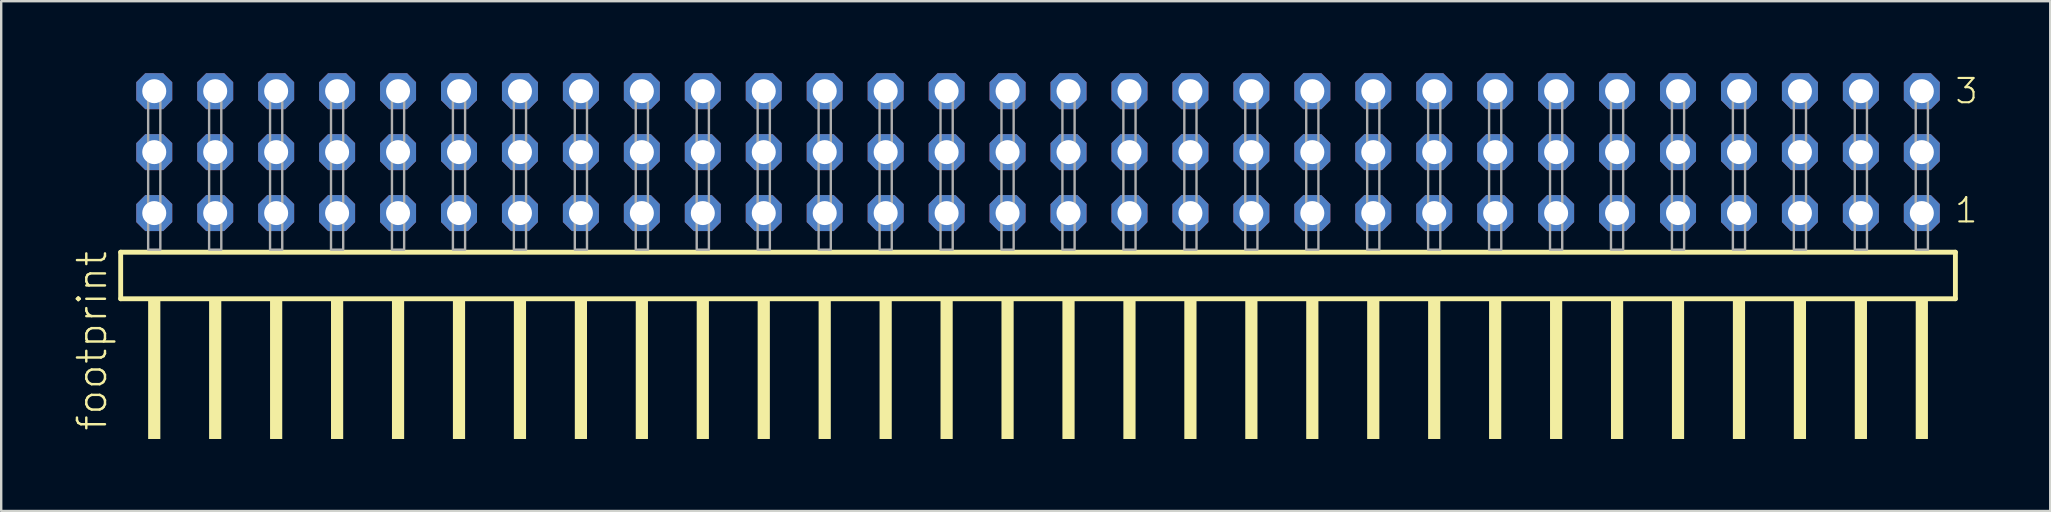
<source format=kicad_pcb>
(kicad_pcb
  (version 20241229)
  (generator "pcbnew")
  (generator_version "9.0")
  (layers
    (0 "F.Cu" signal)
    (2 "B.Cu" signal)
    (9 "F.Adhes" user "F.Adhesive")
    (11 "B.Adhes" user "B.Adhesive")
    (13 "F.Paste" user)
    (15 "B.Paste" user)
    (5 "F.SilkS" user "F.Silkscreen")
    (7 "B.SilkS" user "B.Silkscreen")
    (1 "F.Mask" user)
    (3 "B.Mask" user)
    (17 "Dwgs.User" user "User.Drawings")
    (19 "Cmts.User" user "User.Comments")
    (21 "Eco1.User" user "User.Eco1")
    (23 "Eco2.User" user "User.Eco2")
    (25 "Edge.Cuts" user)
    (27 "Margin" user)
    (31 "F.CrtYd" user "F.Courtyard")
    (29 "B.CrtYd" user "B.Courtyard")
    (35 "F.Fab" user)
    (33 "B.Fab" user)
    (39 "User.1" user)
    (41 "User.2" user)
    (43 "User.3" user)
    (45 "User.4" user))
  (footprint "footprint"
    (layer "F.Cu")
    (at 40.208 7.354)
    (property "Reference" "footprint" (at -38.735 7.62 90) (layer "F.SilkS") (effects (font (size 1.168 1.168) (thickness 0.102)) (justify left bottom)))
    (fp_line (start -38.229 0.106) (end -38.229 2.046) (stroke (width 0.203) (type solid)) (layer "F.SilkS"))
    (fp_line (start -38.229 2.046) (end 38.229 2.046) (stroke (width 0.203) (type solid)) (layer "F.SilkS"))
    (fp_line (start 38.229 0.106) (end -38.229 0.106) (stroke (width 0.203) (type solid)) (layer "F.SilkS"))
    (fp_line (start 38.229 2.046) (end 38.229 0.106) (stroke (width 0.203) (type solid)) (layer "F.SilkS"))
    (fp_poly (pts (xy -37.084 7.89) (xy -36.576 7.89) (xy -36.576 2.04) (xy -37.084 2.04)) (stroke (width 0) (type solid)) (fill yes) (layer "F.SilkS"))
    (fp_poly (pts (xy -34.544 7.89) (xy -34.036 7.89) (xy -34.036 2.04) (xy -34.544 2.04)) (stroke (width 0) (type solid)) (fill yes) (layer "F.SilkS"))
    (fp_poly (pts (xy -32.004 7.89) (xy -31.496 7.89) (xy -31.496 2.04) (xy -32.004 2.04)) (stroke (width 0) (type solid)) (fill yes) (layer "F.SilkS"))
    (fp_poly (pts (xy -29.464 7.89) (xy -28.956 7.89) (xy -28.956 2.04) (xy -29.464 2.04)) (stroke (width 0) (type solid)) (fill yes) (layer "F.SilkS"))
    (fp_poly (pts (xy -26.924 7.89) (xy -26.416 7.89) (xy -26.416 2.04) (xy -26.924 2.04)) (stroke (width 0) (type solid)) (fill yes) (layer "F.SilkS"))
    (fp_poly (pts (xy -24.384 7.89) (xy -23.876 7.89) (xy -23.876 2.04) (xy -24.384 2.04)) (stroke (width 0) (type solid)) (fill yes) (layer "F.SilkS"))
    (fp_poly (pts (xy -21.844 7.89) (xy -21.336 7.89) (xy -21.336 2.04) (xy -21.844 2.04)) (stroke (width 0) (type solid)) (fill yes) (layer "F.SilkS"))
    (fp_poly (pts (xy -19.304 7.89) (xy -18.796 7.89) (xy -18.796 2.04) (xy -19.304 2.04)) (stroke (width 0) (type solid)) (fill yes) (layer "F.SilkS"))
    (fp_poly (pts (xy -16.764 7.89) (xy -16.256 7.89) (xy -16.256 2.04) (xy -16.764 2.04)) (stroke (width 0) (type solid)) (fill yes) (layer "F.SilkS"))
    (fp_poly (pts (xy -14.224 7.89) (xy -13.716 7.89) (xy -13.716 2.04) (xy -14.224 2.04)) (stroke (width 0) (type solid)) (fill yes) (layer "F.SilkS"))
    (fp_poly (pts (xy -11.684 7.89) (xy -11.176 7.89) (xy -11.176 2.04) (xy -11.684 2.04)) (stroke (width 0) (type solid)) (fill yes) (layer "F.SilkS"))
    (fp_poly (pts (xy -9.144 7.89) (xy -8.636 7.89) (xy -8.636 2.04) (xy -9.144 2.04)) (stroke (width 0) (type solid)) (fill yes) (layer "F.SilkS"))
    (fp_poly (pts (xy -6.604 7.89) (xy -6.096 7.89) (xy -6.096 2.04) (xy -6.604 2.04)) (stroke (width 0) (type solid)) (fill yes) (layer "F.SilkS"))
    (fp_poly (pts (xy -4.064 7.89) (xy -3.556 7.89) (xy -3.556 2.04) (xy -4.064 2.04)) (stroke (width 0) (type solid)) (fill yes) (layer "F.SilkS"))
    (fp_poly (pts (xy -1.524 7.89) (xy -1.016 7.89) (xy -1.016 2.04) (xy -1.524 2.04)) (stroke (width 0) (type solid)) (fill yes) (layer "F.SilkS"))
    (fp_poly (pts (xy 1.016 7.89) (xy 1.524 7.89) (xy 1.524 2.04) (xy 1.016 2.04)) (stroke (width 0) (type solid)) (fill yes) (layer "F.SilkS"))
    (fp_poly (pts (xy 3.556 7.89) (xy 4.064 7.89) (xy 4.064 2.04) (xy 3.556 2.04)) (stroke (width 0) (type solid)) (fill yes) (layer "F.SilkS"))
    (fp_poly (pts (xy 6.096 7.89) (xy 6.604 7.89) (xy 6.604 2.04) (xy 6.096 2.04)) (stroke (width 0) (type solid)) (fill yes) (layer "F.SilkS"))
    (fp_poly (pts (xy 8.636 7.89) (xy 9.144 7.89) (xy 9.144 2.04) (xy 8.636 2.04)) (stroke (width 0) (type solid)) (fill yes) (layer "F.SilkS"))
    (fp_poly (pts (xy 11.176 7.89) (xy 11.684 7.89) (xy 11.684 2.04) (xy 11.176 2.04)) (stroke (width 0) (type solid)) (fill yes) (layer "F.SilkS"))
    (fp_poly (pts (xy 13.716 7.89) (xy 14.224 7.89) (xy 14.224 2.04) (xy 13.716 2.04)) (stroke (width 0) (type solid)) (fill yes) (layer "F.SilkS"))
    (fp_poly (pts (xy 16.256 7.89) (xy 16.764 7.89) (xy 16.764 2.04) (xy 16.256 2.04)) (stroke (width 0) (type solid)) (fill yes) (layer "F.SilkS"))
    (fp_poly (pts (xy 18.796 7.89) (xy 19.304 7.89) (xy 19.304 2.04) (xy 18.796 2.04)) (stroke (width 0) (type solid)) (fill yes) (layer "F.SilkS"))
    (fp_poly (pts (xy 21.336 7.89) (xy 21.844 7.89) (xy 21.844 2.04) (xy 21.336 2.04)) (stroke (width 0) (type solid)) (fill yes) (layer "F.SilkS"))
    (fp_poly (pts (xy 23.876 7.89) (xy 24.384 7.89) (xy 24.384 2.04) (xy 23.876 2.04)) (stroke (width 0) (type solid)) (fill yes) (layer "F.SilkS"))
    (fp_poly (pts (xy 26.416 7.89) (xy 26.924 7.89) (xy 26.924 2.04) (xy 26.416 2.04)) (stroke (width 0) (type solid)) (fill yes) (layer "F.SilkS"))
    (fp_poly (pts (xy 28.956 7.89) (xy 29.464 7.89) (xy 29.464 2.04) (xy 28.956 2.04)) (stroke (width 0) (type solid)) (fill yes) (layer "F.SilkS"))
    (fp_poly (pts (xy 31.496 7.89) (xy 32.004 7.89) (xy 32.004 2.04) (xy 31.496 2.04)) (stroke (width 0) (type solid)) (fill yes) (layer "F.SilkS"))
    (fp_poly (pts (xy 34.036 7.89) (xy 34.544 7.89) (xy 34.544 2.04) (xy 34.036 2.04)) (stroke (width 0) (type solid)) (fill yes) (layer "F.SilkS"))
    (fp_poly (pts (xy 36.576 7.89) (xy 37.084 7.89) (xy 37.084 2.04) (xy 36.576 2.04)) (stroke (width 0) (type solid)) (fill yes) (layer "F.SilkS"))
    (fp_poly (pts (xy -37.084 0) (xy -36.576 0) (xy -36.576 -6.858) (xy -37.084 -6.858)) (stroke (width 0.1) (type solid)) (fill no) (layer "F.Fab"))
    (fp_poly (pts (xy -34.544 0) (xy -34.036 0) (xy -34.036 -6.858) (xy -34.544 -6.858)) (stroke (width 0.1) (type solid)) (fill no) (layer "F.Fab"))
    (fp_poly (pts (xy -32.004 0) (xy -31.496 0) (xy -31.496 -6.858) (xy -32.004 -6.858)) (stroke (width 0.1) (type solid)) (fill no) (layer "F.Fab"))
    (fp_poly (pts (xy -29.464 0) (xy -28.956 0) (xy -28.956 -6.858) (xy -29.464 -6.858)) (stroke (width 0.1) (type solid)) (fill no) (layer "F.Fab"))
    (fp_poly (pts (xy -26.924 0) (xy -26.416 0) (xy -26.416 -6.858) (xy -26.924 -6.858)) (stroke (width 0.1) (type solid)) (fill no) (layer "F.Fab"))
    (fp_poly (pts (xy -24.384 0) (xy -23.876 0) (xy -23.876 -6.858) (xy -24.384 -6.858)) (stroke (width 0.1) (type solid)) (fill no) (layer "F.Fab"))
    (fp_poly (pts (xy -21.844 0) (xy -21.336 0) (xy -21.336 -6.858) (xy -21.844 -6.858)) (stroke (width 0.1) (type solid)) (fill no) (layer "F.Fab"))
    (fp_poly (pts (xy -19.304 0) (xy -18.796 0) (xy -18.796 -6.858) (xy -19.304 -6.858)) (stroke (width 0.1) (type solid)) (fill no) (layer "F.Fab"))
    (fp_poly (pts (xy -16.764 0) (xy -16.256 0) (xy -16.256 -6.858) (xy -16.764 -6.858)) (stroke (width 0.1) (type solid)) (fill no) (layer "F.Fab"))
    (fp_poly (pts (xy -14.224 0) (xy -13.716 0) (xy -13.716 -6.858) (xy -14.224 -6.858)) (stroke (width 0.1) (type solid)) (fill no) (layer "F.Fab"))
    (fp_poly (pts (xy -11.684 0) (xy -11.176 0) (xy -11.176 -6.858) (xy -11.684 -6.858)) (stroke (width 0.1) (type solid)) (fill no) (layer "F.Fab"))
    (fp_poly (pts (xy -9.144 0) (xy -8.636 0) (xy -8.636 -6.858) (xy -9.144 -6.858)) (stroke (width 0.1) (type solid)) (fill no) (layer "F.Fab"))
    (fp_poly (pts (xy -6.604 0) (xy -6.096 0) (xy -6.096 -6.858) (xy -6.604 -6.858)) (stroke (width 0.1) (type solid)) (fill no) (layer "F.Fab"))
    (fp_poly (pts (xy -4.064 0) (xy -3.556 0) (xy -3.556 -6.858) (xy -4.064 -6.858)) (stroke (width 0.1) (type solid)) (fill no) (layer "F.Fab"))
    (fp_poly (pts (xy -1.524 0) (xy -1.016 0) (xy -1.016 -6.858) (xy -1.524 -6.858)) (stroke (width 0.1) (type solid)) (fill no) (layer "F.Fab"))
    (fp_poly (pts (xy 1.016 0) (xy 1.524 0) (xy 1.524 -6.858) (xy 1.016 -6.858)) (stroke (width 0.1) (type solid)) (fill no) (layer "F.Fab"))
    (fp_poly (pts (xy 3.556 0) (xy 4.064 0) (xy 4.064 -6.858) (xy 3.556 -6.858)) (stroke (width 0.1) (type solid)) (fill no) (layer "F.Fab"))
    (fp_poly (pts (xy 6.096 0) (xy 6.604 0) (xy 6.604 -6.858) (xy 6.096 -6.858)) (stroke (width 0.1) (type solid)) (fill no) (layer "F.Fab"))
    (fp_poly (pts (xy 8.636 0) (xy 9.144 0) (xy 9.144 -6.858) (xy 8.636 -6.858)) (stroke (width 0.1) (type solid)) (fill no) (layer "F.Fab"))
    (fp_poly (pts (xy 11.176 0) (xy 11.684 0) (xy 11.684 -6.858) (xy 11.176 -6.858)) (stroke (width 0.1) (type solid)) (fill no) (layer "F.Fab"))
    (fp_poly (pts (xy 13.716 0) (xy 14.224 0) (xy 14.224 -6.858) (xy 13.716 -6.858)) (stroke (width 0.1) (type solid)) (fill no) (layer "F.Fab"))
    (fp_poly (pts (xy 16.256 0) (xy 16.764 0) (xy 16.764 -6.858) (xy 16.256 -6.858)) (stroke (width 0.1) (type solid)) (fill no) (layer "F.Fab"))
    (fp_poly (pts (xy 18.796 0) (xy 19.304 0) (xy 19.304 -6.858) (xy 18.796 -6.858)) (stroke (width 0.1) (type solid)) (fill no) (layer "F.Fab"))
    (fp_poly (pts (xy 21.336 0) (xy 21.844 0) (xy 21.844 -6.858) (xy 21.336 -6.858)) (stroke (width 0.1) (type solid)) (fill no) (layer "F.Fab"))
    (fp_poly (pts (xy 23.876 0) (xy 24.384 0) (xy 24.384 -6.858) (xy 23.876 -6.858)) (stroke (width 0.1) (type solid)) (fill no) (layer "F.Fab"))
    (fp_poly (pts (xy 26.416 0) (xy 26.924 0) (xy 26.924 -6.858) (xy 26.416 -6.858)) (stroke (width 0.1) (type solid)) (fill no) (layer "F.Fab"))
    (fp_poly (pts (xy 28.956 0) (xy 29.464 0) (xy 29.464 -6.858) (xy 28.956 -6.858)) (stroke (width 0.1) (type solid)) (fill no) (layer "F.Fab"))
    (fp_poly (pts (xy 31.496 0) (xy 32.004 0) (xy 32.004 -6.858) (xy 31.496 -6.858)) (stroke (width 0.1) (type solid)) (fill no) (layer "F.Fab"))
    (fp_poly (pts (xy 34.036 0) (xy 34.544 0) (xy 34.544 -6.858) (xy 34.036 -6.858)) (stroke (width 0.1) (type solid)) (fill no) (layer "F.Fab"))
    (fp_poly (pts (xy 36.576 0) (xy 37.084 0) (xy 37.084 -6.858) (xy 36.576 -6.858)) (stroke (width 0.1) (type solid)) (fill no) (layer "F.Fab"))
    (fp_text user "3" (at 38.155 -6.015 0) (layer "F.SilkS") (effects (font (size 1.012 1.012) (thickness 0.088)) (justify left bottom)))
    (fp_text user "1" (at 38.14 -1.05 0) (layer "F.SilkS") (effects (font (size 1.012 1.012) (thickness 0.088)) (justify left bottom)))
    (pad "1" thru_hole roundrect (at 36.83 -1.524 180) (size 1.5 1.5) (drill 1) (layers "*.Cu" "*.Mask") (roundrect_rratio 0.25) (chamfer_ratio 0.25) (chamfer top_left top_right bottom_left bottom_right))
    (pad "2" thru_hole roundrect (at 36.83 -4.064 180) (size 1.5 1.5) (drill 1) (layers "*.Cu" "*.Mask") (roundrect_rratio 0.25) (chamfer_ratio 0.25) (chamfer top_left top_right bottom_left bottom_right))
    (pad "3" thru_hole roundrect (at 36.83 -6.604 180) (size 1.5 1.5) (drill 1) (layers "*.Cu" "*.Mask") (roundrect_rratio 0.25) (chamfer_ratio 0.25) (chamfer top_left top_right bottom_left bottom_right))
    (pad "4" thru_hole roundrect (at 34.29 -1.524 180) (size 1.5 1.5) (drill 1) (layers "*.Cu" "*.Mask") (roundrect_rratio 0.25) (chamfer_ratio 0.25) (chamfer top_left top_right bottom_left bottom_right))
    (pad "5" thru_hole roundrect (at 34.29 -4.064 180) (size 1.5 1.5) (drill 1) (layers "*.Cu" "*.Mask") (roundrect_rratio 0.25) (chamfer_ratio 0.25) (chamfer top_left top_right bottom_left bottom_right))
    (pad "6" thru_hole roundrect (at 34.29 -6.604 180) (size 1.5 1.5) (drill 1) (layers "*.Cu" "*.Mask") (roundrect_rratio 0.25) (chamfer_ratio 0.25) (chamfer top_left top_right bottom_left bottom_right))
    (pad "7" thru_hole roundrect (at 31.75 -1.524 180) (size 1.5 1.5) (drill 1) (layers "*.Cu" "*.Mask") (roundrect_rratio 0.25) (chamfer_ratio 0.25) (chamfer top_left top_right bottom_left bottom_right))
    (pad "8" thru_hole roundrect (at 31.75 -4.064 180) (size 1.5 1.5) (drill 1) (layers "*.Cu" "*.Mask") (roundrect_rratio 0.25) (chamfer_ratio 0.25) (chamfer top_left top_right bottom_left bottom_right))
    (pad "9" thru_hole roundrect (at 31.75 -6.604 180) (size 1.5 1.5) (drill 1) (layers "*.Cu" "*.Mask") (roundrect_rratio 0.25) (chamfer_ratio 0.25) (chamfer top_left top_right bottom_left bottom_right))
    (pad "10" thru_hole roundrect (at 29.21 -1.524 180) (size 1.5 1.5) (drill 1) (layers "*.Cu" "*.Mask") (roundrect_rratio 0.25) (chamfer_ratio 0.25) (chamfer top_left top_right bottom_left bottom_right))
    (pad "11" thru_hole roundrect (at 29.21 -4.064 180) (size 1.5 1.5) (drill 1) (layers "*.Cu" "*.Mask") (roundrect_rratio 0.25) (chamfer_ratio 0.25) (chamfer top_left top_right bottom_left bottom_right))
    (pad "12" thru_hole roundrect (at 29.21 -6.604 180) (size 1.5 1.5) (drill 1) (layers "*.Cu" "*.Mask") (roundrect_rratio 0.25) (chamfer_ratio 0.25) (chamfer top_left top_right bottom_left bottom_right))
    (pad "13" thru_hole roundrect (at 26.67 -1.524 180) (size 1.5 1.5) (drill 1) (layers "*.Cu" "*.Mask") (roundrect_rratio 0.25) (chamfer_ratio 0.25) (chamfer top_left top_right bottom_left bottom_right))
    (pad "14" thru_hole roundrect (at 26.67 -4.064 180) (size 1.5 1.5) (drill 1) (layers "*.Cu" "*.Mask") (roundrect_rratio 0.25) (chamfer_ratio 0.25) (chamfer top_left top_right bottom_left bottom_right))
    (pad "15" thru_hole roundrect (at 26.67 -6.604 180) (size 1.5 1.5) (drill 1) (layers "*.Cu" "*.Mask") (roundrect_rratio 0.25) (chamfer_ratio 0.25) (chamfer top_left top_right bottom_left bottom_right))
    (pad "16" thru_hole roundrect (at 24.13 -1.524 180) (size 1.5 1.5) (drill 1) (layers "*.Cu" "*.Mask") (roundrect_rratio 0.25) (chamfer_ratio 0.25) (chamfer top_left top_right bottom_left bottom_right))
    (pad "17" thru_hole roundrect (at 24.13 -4.064 180) (size 1.5 1.5) (drill 1) (layers "*.Cu" "*.Mask") (roundrect_rratio 0.25) (chamfer_ratio 0.25) (chamfer top_left top_right bottom_left bottom_right))
    (pad "18" thru_hole roundrect (at 24.13 -6.604 180) (size 1.5 1.5) (drill 1) (layers "*.Cu" "*.Mask") (roundrect_rratio 0.25) (chamfer_ratio 0.25) (chamfer top_left top_right bottom_left bottom_right))
    (pad "19" thru_hole roundrect (at 21.59 -1.524 180) (size 1.5 1.5) (drill 1) (layers "*.Cu" "*.Mask") (roundrect_rratio 0.25) (chamfer_ratio 0.25) (chamfer top_left top_right bottom_left bottom_right))
    (pad "20" thru_hole roundrect (at 21.59 -4.064 180) (size 1.5 1.5) (drill 1) (layers "*.Cu" "*.Mask") (roundrect_rratio 0.25) (chamfer_ratio 0.25) (chamfer top_left top_right bottom_left bottom_right))
    (pad "21" thru_hole roundrect (at 21.59 -6.604 180) (size 1.5 1.5) (drill 1) (layers "*.Cu" "*.Mask") (roundrect_rratio 0.25) (chamfer_ratio 0.25) (chamfer top_left top_right bottom_left bottom_right))
    (pad "22" thru_hole roundrect (at 19.05 -1.524 180) (size 1.5 1.5) (drill 1) (layers "*.Cu" "*.Mask") (roundrect_rratio 0.25) (chamfer_ratio 0.25) (chamfer top_left top_right bottom_left bottom_right))
    (pad "23" thru_hole roundrect (at 19.05 -4.064 180) (size 1.5 1.5) (drill 1) (layers "*.Cu" "*.Mask") (roundrect_rratio 0.25) (chamfer_ratio 0.25) (chamfer top_left top_right bottom_left bottom_right))
    (pad "24" thru_hole roundrect (at 19.05 -6.604 180) (size 1.5 1.5) (drill 1) (layers "*.Cu" "*.Mask") (roundrect_rratio 0.25) (chamfer_ratio 0.25) (chamfer top_left top_right bottom_left bottom_right))
    (pad "25" thru_hole roundrect (at 16.51 -1.524 180) (size 1.5 1.5) (drill 1) (layers "*.Cu" "*.Mask") (roundrect_rratio 0.25) (chamfer_ratio 0.25) (chamfer top_left top_right bottom_left bottom_right))
    (pad "26" thru_hole roundrect (at 16.51 -4.064 180) (size 1.5 1.5) (drill 1) (layers "*.Cu" "*.Mask") (roundrect_rratio 0.25) (chamfer_ratio 0.25) (chamfer top_left top_right bottom_left bottom_right))
    (pad "27" thru_hole roundrect (at 16.51 -6.604 180) (size 1.5 1.5) (drill 1) (layers "*.Cu" "*.Mask") (roundrect_rratio 0.25) (chamfer_ratio 0.25) (chamfer top_left top_right bottom_left bottom_right))
    (pad "28" thru_hole roundrect (at 13.97 -1.524 180) (size 1.5 1.5) (drill 1) (layers "*.Cu" "*.Mask") (roundrect_rratio 0.25) (chamfer_ratio 0.25) (chamfer top_left top_right bottom_left bottom_right))
    (pad "29" thru_hole roundrect (at 13.97 -4.064 180) (size 1.5 1.5) (drill 1) (layers "*.Cu" "*.Mask") (roundrect_rratio 0.25) (chamfer_ratio 0.25) (chamfer top_left top_right bottom_left bottom_right))
    (pad "30" thru_hole roundrect (at 13.97 -6.604 180) (size 1.5 1.5) (drill 1) (layers "*.Cu" "*.Mask") (roundrect_rratio 0.25) (chamfer_ratio 0.25) (chamfer top_left top_right bottom_left bottom_right))
    (pad "31" thru_hole roundrect (at 11.43 -1.524 180) (size 1.5 1.5) (drill 1) (layers "*.Cu" "*.Mask") (roundrect_rratio 0.25) (chamfer_ratio 0.25) (chamfer top_left top_right bottom_left bottom_right))
    (pad "32" thru_hole roundrect (at 11.43 -4.064 180) (size 1.5 1.5) (drill 1) (layers "*.Cu" "*.Mask") (roundrect_rratio 0.25) (chamfer_ratio 0.25) (chamfer top_left top_right bottom_left bottom_right))
    (pad "33" thru_hole roundrect (at 11.43 -6.604 180) (size 1.5 1.5) (drill 1) (layers "*.Cu" "*.Mask") (roundrect_rratio 0.25) (chamfer_ratio 0.25) (chamfer top_left top_right bottom_left bottom_right))
    (pad "34" thru_hole roundrect (at 8.89 -1.524 180) (size 1.5 1.5) (drill 1) (layers "*.Cu" "*.Mask") (roundrect_rratio 0.25) (chamfer_ratio 0.25) (chamfer top_left top_right bottom_left bottom_right))
    (pad "35" thru_hole roundrect (at 8.89 -4.064 180) (size 1.5 1.5) (drill 1) (layers "*.Cu" "*.Mask") (roundrect_rratio 0.25) (chamfer_ratio 0.25) (chamfer top_left top_right bottom_left bottom_right))
    (pad "36" thru_hole roundrect (at 8.89 -6.604 180) (size 1.5 1.5) (drill 1) (layers "*.Cu" "*.Mask") (roundrect_rratio 0.25) (chamfer_ratio 0.25) (chamfer top_left top_right bottom_left bottom_right))
    (pad "37" thru_hole roundrect (at 6.35 -1.524 180) (size 1.5 1.5) (drill 1) (layers "*.Cu" "*.Mask") (roundrect_rratio 0.25) (chamfer_ratio 0.25) (chamfer top_left top_right bottom_left bottom_right))
    (pad "38" thru_hole roundrect (at 6.35 -4.064 180) (size 1.5 1.5) (drill 1) (layers "*.Cu" "*.Mask") (roundrect_rratio 0.25) (chamfer_ratio 0.25) (chamfer top_left top_right bottom_left bottom_right))
    (pad "39" thru_hole roundrect (at 6.35 -6.604 180) (size 1.5 1.5) (drill 1) (layers "*.Cu" "*.Mask") (roundrect_rratio 0.25) (chamfer_ratio 0.25) (chamfer top_left top_right bottom_left bottom_right))
    (pad "40" thru_hole roundrect (at 3.81 -1.524 180) (size 1.5 1.5) (drill 1) (layers "*.Cu" "*.Mask") (roundrect_rratio 0.25) (chamfer_ratio 0.25) (chamfer top_left top_right bottom_left bottom_right))
    (pad "41" thru_hole roundrect (at 3.81 -4.064 180) (size 1.5 1.5) (drill 1) (layers "*.Cu" "*.Mask") (roundrect_rratio 0.25) (chamfer_ratio 0.25) (chamfer top_left top_right bottom_left bottom_right))
    (pad "42" thru_hole roundrect (at 3.81 -6.604 180) (size 1.5 1.5) (drill 1) (layers "*.Cu" "*.Mask") (roundrect_rratio 0.25) (chamfer_ratio 0.25) (chamfer top_left top_right bottom_left bottom_right))
    (pad "43" thru_hole roundrect (at 1.27 -1.524 180) (size 1.5 1.5) (drill 1) (layers "*.Cu" "*.Mask") (roundrect_rratio 0.25) (chamfer_ratio 0.25) (chamfer top_left top_right bottom_left bottom_right))
    (pad "44" thru_hole roundrect (at 1.27 -4.064 180) (size 1.5 1.5) (drill 1) (layers "*.Cu" "*.Mask") (roundrect_rratio 0.25) (chamfer_ratio 0.25) (chamfer top_left top_right bottom_left bottom_right))
    (pad "45" thru_hole roundrect (at 1.27 -6.604 180) (size 1.5 1.5) (drill 1) (layers "*.Cu" "*.Mask") (roundrect_rratio 0.25) (chamfer_ratio 0.25) (chamfer top_left top_right bottom_left bottom_right))
    (pad "46" thru_hole roundrect (at -1.27 -1.524 180) (size 1.5 1.5) (drill 1) (layers "*.Cu" "*.Mask") (roundrect_rratio 0.25) (chamfer_ratio 0.25) (chamfer top_left top_right bottom_left bottom_right))
    (pad "47" thru_hole roundrect (at -1.27 -4.064 180) (size 1.5 1.5) (drill 1) (layers "*.Cu" "*.Mask") (roundrect_rratio 0.25) (chamfer_ratio 0.25) (chamfer top_left top_right bottom_left bottom_right))
    (pad "48" thru_hole roundrect (at -1.27 -6.604 180) (size 1.5 1.5) (drill 1) (layers "*.Cu" "*.Mask") (roundrect_rratio 0.25) (chamfer_ratio 0.25) (chamfer top_left top_right bottom_left bottom_right))
    (pad "49" thru_hole roundrect (at -3.81 -1.524 180) (size 1.5 1.5) (drill 1) (layers "*.Cu" "*.Mask") (roundrect_rratio 0.25) (chamfer_ratio 0.25) (chamfer top_left top_right bottom_left bottom_right))
    (pad "50" thru_hole roundrect (at -3.81 -4.064 180) (size 1.5 1.5) (drill 1) (layers "*.Cu" "*.Mask") (roundrect_rratio 0.25) (chamfer_ratio 0.25) (chamfer top_left top_right bottom_left bottom_right))
    (pad "51" thru_hole roundrect (at -3.81 -6.604 180) (size 1.5 1.5) (drill 1) (layers "*.Cu" "*.Mask") (roundrect_rratio 0.25) (chamfer_ratio 0.25) (chamfer top_left top_right bottom_left bottom_right))
    (pad "52" thru_hole roundrect (at -6.35 -1.524 180) (size 1.5 1.5) (drill 1) (layers "*.Cu" "*.Mask") (roundrect_rratio 0.25) (chamfer_ratio 0.25) (chamfer top_left top_right bottom_left bottom_right))
    (pad "53" thru_hole roundrect (at -6.35 -4.064 180) (size 1.5 1.5) (drill 1) (layers "*.Cu" "*.Mask") (roundrect_rratio 0.25) (chamfer_ratio 0.25) (chamfer top_left top_right bottom_left bottom_right))
    (pad "54" thru_hole roundrect (at -6.35 -6.604 180) (size 1.5 1.5) (drill 1) (layers "*.Cu" "*.Mask") (roundrect_rratio 0.25) (chamfer_ratio 0.25) (chamfer top_left top_right bottom_left bottom_right))
    (pad "55" thru_hole roundrect (at -8.89 -1.524 180) (size 1.5 1.5) (drill 1) (layers "*.Cu" "*.Mask") (roundrect_rratio 0.25) (chamfer_ratio 0.25) (chamfer top_left top_right bottom_left bottom_right))
    (pad "56" thru_hole roundrect (at -8.89 -4.064 180) (size 1.5 1.5) (drill 1) (layers "*.Cu" "*.Mask") (roundrect_rratio 0.25) (chamfer_ratio 0.25) (chamfer top_left top_right bottom_left bottom_right))
    (pad "57" thru_hole roundrect (at -8.89 -6.604 180) (size 1.5 1.5) (drill 1) (layers "*.Cu" "*.Mask") (roundrect_rratio 0.25) (chamfer_ratio 0.25) (chamfer top_left top_right bottom_left bottom_right))
    (pad "58" thru_hole roundrect (at -11.43 -1.524 180) (size 1.5 1.5) (drill 1) (layers "*.Cu" "*.Mask") (roundrect_rratio 0.25) (chamfer_ratio 0.25) (chamfer top_left top_right bottom_left bottom_right))
    (pad "59" thru_hole roundrect (at -11.43 -4.064 180) (size 1.5 1.5) (drill 1) (layers "*.Cu" "*.Mask") (roundrect_rratio 0.25) (chamfer_ratio 0.25) (chamfer top_left top_right bottom_left bottom_right))
    (pad "60" thru_hole roundrect (at -11.43 -6.604 180) (size 1.5 1.5) (drill 1) (layers "*.Cu" "*.Mask") (roundrect_rratio 0.25) (chamfer_ratio 0.25) (chamfer top_left top_right bottom_left bottom_right))
    (pad "61" thru_hole roundrect (at -13.97 -1.524 180) (size 1.5 1.5) (drill 1) (layers "*.Cu" "*.Mask") (roundrect_rratio 0.25) (chamfer_ratio 0.25) (chamfer top_left top_right bottom_left bottom_right))
    (pad "62" thru_hole roundrect (at -13.97 -4.064 180) (size 1.5 1.5) (drill 1) (layers "*.Cu" "*.Mask") (roundrect_rratio 0.25) (chamfer_ratio 0.25) (chamfer top_left top_right bottom_left bottom_right))
    (pad "63" thru_hole roundrect (at -13.97 -6.604 180) (size 1.5 1.5) (drill 1) (layers "*.Cu" "*.Mask") (roundrect_rratio 0.25) (chamfer_ratio 0.25) (chamfer top_left top_right bottom_left bottom_right))
    (pad "64" thru_hole roundrect (at -16.51 -1.524 180) (size 1.5 1.5) (drill 1) (layers "*.Cu" "*.Mask") (roundrect_rratio 0.25) (chamfer_ratio 0.25) (chamfer top_left top_right bottom_left bottom_right))
    (pad "65" thru_hole roundrect (at -16.51 -4.064 180) (size 1.5 1.5) (drill 1) (layers "*.Cu" "*.Mask") (roundrect_rratio 0.25) (chamfer_ratio 0.25) (chamfer top_left top_right bottom_left bottom_right))
    (pad "66" thru_hole roundrect (at -16.51 -6.604 180) (size 1.5 1.5) (drill 1) (layers "*.Cu" "*.Mask") (roundrect_rratio 0.25) (chamfer_ratio 0.25) (chamfer top_left top_right bottom_left bottom_right))
    (pad "67" thru_hole roundrect (at -19.05 -1.524 180) (size 1.5 1.5) (drill 1) (layers "*.Cu" "*.Mask") (roundrect_rratio 0.25) (chamfer_ratio 0.25) (chamfer top_left top_right bottom_left bottom_right))
    (pad "68" thru_hole roundrect (at -19.05 -4.064 180) (size 1.5 1.5) (drill 1) (layers "*.Cu" "*.Mask") (roundrect_rratio 0.25) (chamfer_ratio 0.25) (chamfer top_left top_right bottom_left bottom_right))
    (pad "69" thru_hole roundrect (at -19.05 -6.604 180) (size 1.5 1.5) (drill 1) (layers "*.Cu" "*.Mask") (roundrect_rratio 0.25) (chamfer_ratio 0.25) (chamfer top_left top_right bottom_left bottom_right))
    (pad "70" thru_hole roundrect (at -21.59 -1.524 180) (size 1.5 1.5) (drill 1) (layers "*.Cu" "*.Mask") (roundrect_rratio 0.25) (chamfer_ratio 0.25) (chamfer top_left top_right bottom_left bottom_right))
    (pad "71" thru_hole roundrect (at -21.59 -4.064 180) (size 1.5 1.5) (drill 1) (layers "*.Cu" "*.Mask") (roundrect_rratio 0.25) (chamfer_ratio 0.25) (chamfer top_left top_right bottom_left bottom_right))
    (pad "72" thru_hole roundrect (at -21.59 -6.604 180) (size 1.5 1.5) (drill 1) (layers "*.Cu" "*.Mask") (roundrect_rratio 0.25) (chamfer_ratio 0.25) (chamfer top_left top_right bottom_left bottom_right))
    (pad "73" thru_hole roundrect (at -24.13 -1.524 180) (size 1.5 1.5) (drill 1) (layers "*.Cu" "*.Mask") (roundrect_rratio 0.25) (chamfer_ratio 0.25) (chamfer top_left top_right bottom_left bottom_right))
    (pad "74" thru_hole roundrect (at -24.13 -4.064 180) (size 1.5 1.5) (drill 1) (layers "*.Cu" "*.Mask") (roundrect_rratio 0.25) (chamfer_ratio 0.25) (chamfer top_left top_right bottom_left bottom_right))
    (pad "75" thru_hole roundrect (at -24.13 -6.604 180) (size 1.5 1.5) (drill 1) (layers "*.Cu" "*.Mask") (roundrect_rratio 0.25) (chamfer_ratio 0.25) (chamfer top_left top_right bottom_left bottom_right))
    (pad "76" thru_hole roundrect (at -26.67 -1.524 180) (size 1.5 1.5) (drill 1) (layers "*.Cu" "*.Mask") (roundrect_rratio 0.25) (chamfer_ratio 0.25) (chamfer top_left top_right bottom_left bottom_right))
    (pad "77" thru_hole roundrect (at -26.67 -4.064 180) (size 1.5 1.5) (drill 1) (layers "*.Cu" "*.Mask") (roundrect_rratio 0.25) (chamfer_ratio 0.25) (chamfer top_left top_right bottom_left bottom_right))
    (pad "78" thru_hole roundrect (at -26.67 -6.604 180) (size 1.5 1.5) (drill 1) (layers "*.Cu" "*.Mask") (roundrect_rratio 0.25) (chamfer_ratio 0.25) (chamfer top_left top_right bottom_left bottom_right))
    (pad "79" thru_hole roundrect (at -29.21 -1.524 180) (size 1.5 1.5) (drill 1) (layers "*.Cu" "*.Mask") (roundrect_rratio 0.25) (chamfer_ratio 0.25) (chamfer top_left top_right bottom_left bottom_right))
    (pad "80" thru_hole roundrect (at -29.21 -4.064 180) (size 1.5 1.5) (drill 1) (layers "*.Cu" "*.Mask") (roundrect_rratio 0.25) (chamfer_ratio 0.25) (chamfer top_left top_right bottom_left bottom_right))
    (pad "81" thru_hole roundrect (at -29.21 -6.604 180) (size 1.5 1.5) (drill 1) (layers "*.Cu" "*.Mask") (roundrect_rratio 0.25) (chamfer_ratio 0.25) (chamfer top_left top_right bottom_left bottom_right))
    (pad "82" thru_hole roundrect (at -31.75 -1.524 180) (size 1.5 1.5) (drill 1) (layers "*.Cu" "*.Mask") (roundrect_rratio 0.25) (chamfer_ratio 0.25) (chamfer top_left top_right bottom_left bottom_right))
    (pad "83" thru_hole roundrect (at -31.75 -4.064 180) (size 1.5 1.5) (drill 1) (layers "*.Cu" "*.Mask") (roundrect_rratio 0.25) (chamfer_ratio 0.25) (chamfer top_left top_right bottom_left bottom_right))
    (pad "84" thru_hole roundrect (at -31.75 -6.604 180) (size 1.5 1.5) (drill 1) (layers "*.Cu" "*.Mask") (roundrect_rratio 0.25) (chamfer_ratio 0.25) (chamfer top_left top_right bottom_left bottom_right))
    (pad "85" thru_hole roundrect (at -34.29 -1.524 180) (size 1.5 1.5) (drill 1) (layers "*.Cu" "*.Mask") (roundrect_rratio 0.25) (chamfer_ratio 0.25) (chamfer top_left top_right bottom_left bottom_right))
    (pad "86" thru_hole roundrect (at -34.29 -4.064 180) (size 1.5 1.5) (drill 1) (layers "*.Cu" "*.Mask") (roundrect_rratio 0.25) (chamfer_ratio 0.25) (chamfer top_left top_right bottom_left bottom_right))
    (pad "87" thru_hole roundrect (at -34.29 -6.604 180) (size 1.5 1.5) (drill 1) (layers "*.Cu" "*.Mask") (roundrect_rratio 0.25) (chamfer_ratio 0.25) (chamfer top_left top_right bottom_left bottom_right))
    (pad "88" thru_hole roundrect (at -36.83 -1.524 180) (size 1.5 1.5) (drill 1) (layers "*.Cu" "*.Mask") (roundrect_rratio 0.25) (chamfer_ratio 0.25) (chamfer top_left top_right bottom_left bottom_right))
    (pad "89" thru_hole roundrect (at -36.83 -4.064 180) (size 1.5 1.5) (drill 1) (layers "*.Cu" "*.Mask") (roundrect_rratio 0.25) (chamfer_ratio 0.25) (chamfer top_left top_right bottom_left bottom_right))
    (pad "90" thru_hole roundrect (at -36.83 -6.604 180) (size 1.5 1.5) (drill 1) (layers "*.Cu" "*.Mask") (roundrect_rratio 0.25) (chamfer_ratio 0.25) (chamfer top_left top_right bottom_left bottom_right)))
  (gr_rect
    (start -3 -3)
    (end 82.389 18.244)
    (stroke (width 0.1) (type default))
    (fill no)
    (layer "Edge.Cuts")))
</source>
